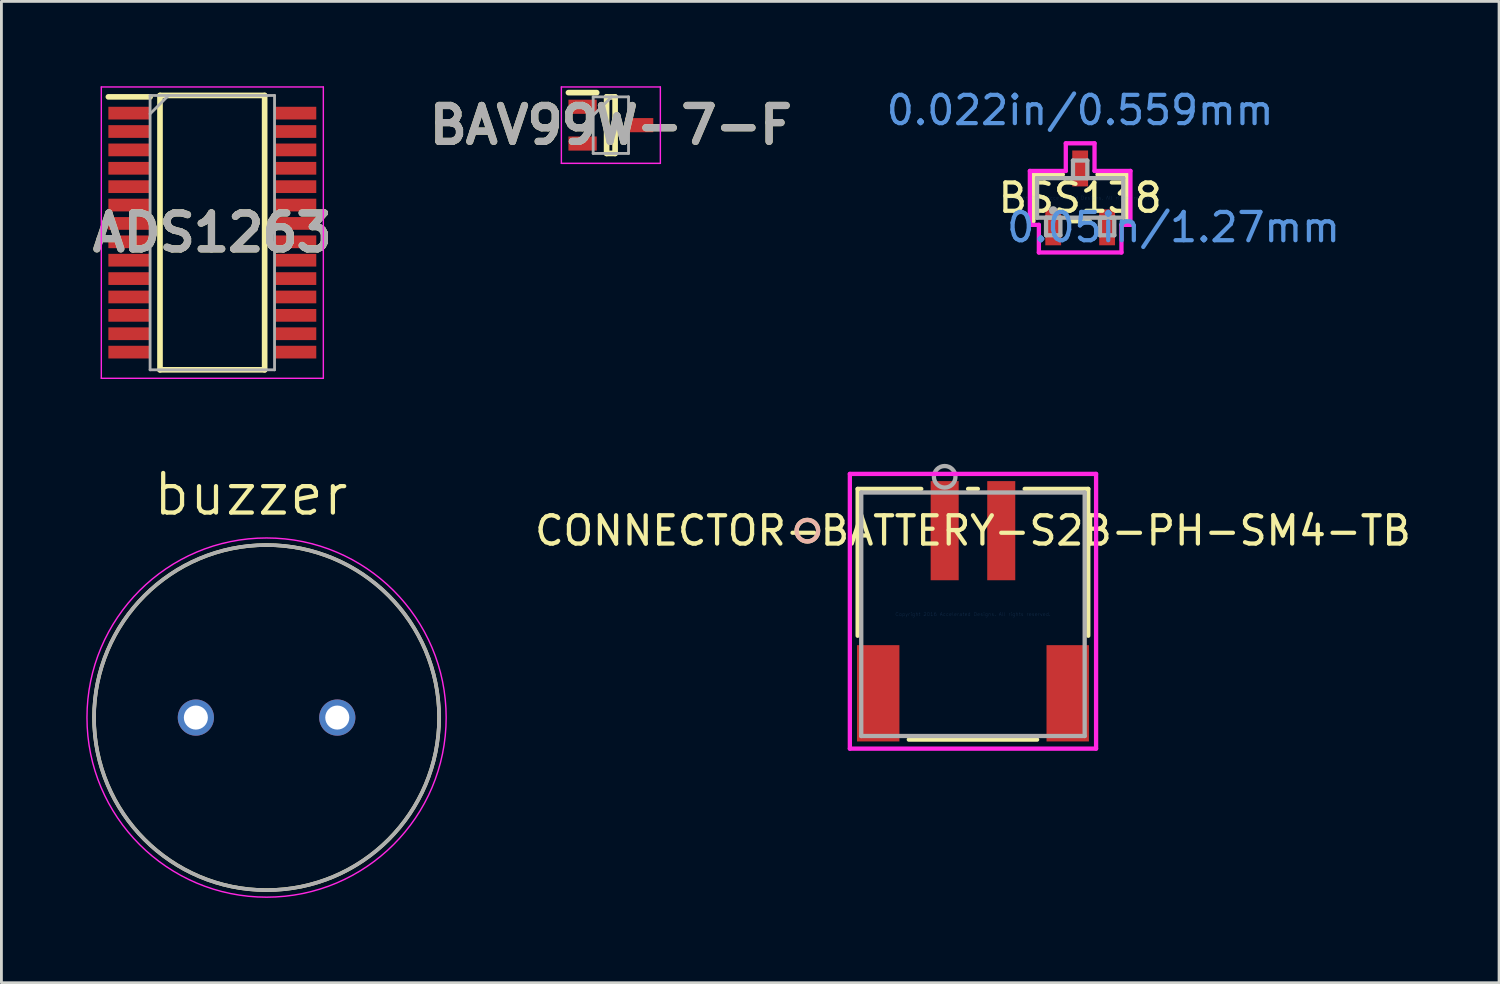
<source format=kicad_pcb>
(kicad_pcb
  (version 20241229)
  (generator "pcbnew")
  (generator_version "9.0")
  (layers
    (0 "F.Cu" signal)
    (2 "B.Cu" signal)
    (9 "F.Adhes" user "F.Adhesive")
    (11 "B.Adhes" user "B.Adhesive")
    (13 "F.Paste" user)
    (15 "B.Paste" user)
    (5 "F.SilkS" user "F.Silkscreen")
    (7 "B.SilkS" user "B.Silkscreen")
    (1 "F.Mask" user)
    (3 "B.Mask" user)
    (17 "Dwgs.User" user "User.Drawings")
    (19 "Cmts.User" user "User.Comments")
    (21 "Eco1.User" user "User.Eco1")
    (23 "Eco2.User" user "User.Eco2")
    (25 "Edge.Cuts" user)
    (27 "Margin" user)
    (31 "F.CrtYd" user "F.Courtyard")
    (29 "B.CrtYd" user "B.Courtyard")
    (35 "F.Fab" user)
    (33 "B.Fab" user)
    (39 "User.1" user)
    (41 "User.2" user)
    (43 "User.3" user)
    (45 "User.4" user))
  (footprint "BAV99W-7-F"
    (layer "F.Cu")
    (at 18.548 1.375)
    (property "Reference" "BAV99W-7-F" (at 0 0 0) (layer "F.SilkS") (effects (font (size 1.27 1.27) (thickness 0.254))))
    (attr smd)
    (fp_line (start -1.5 -1.15) (end -0.5 -1.15) (stroke (width 0.2) (type solid)) (layer "F.SilkS"))
    (fp_line (start -0.15 -1) (end 0.15 -1) (stroke (width 0.2) (type solid)) (layer "F.SilkS"))
    (fp_line (start -0.15 1) (end -0.15 -1) (stroke (width 0.2) (type solid)) (layer "F.SilkS"))
    (fp_line (start 0.15 -1) (end 0.15 1) (stroke (width 0.2) (type solid)) (layer "F.SilkS"))
    (fp_line (start 0.15 1) (end -0.15 1) (stroke (width 0.2) (type solid)) (layer "F.SilkS"))
    (fp_line (start -1.75 -1.35) (end 1.75 -1.35) (stroke (width 0.05) (type solid)) (layer "F.CrtYd"))
    (fp_line (start -1.75 1.35) (end -1.75 -1.35) (stroke (width 0.05) (type solid)) (layer "F.CrtYd"))
    (fp_line (start 1.75 -1.35) (end 1.75 1.35) (stroke (width 0.05) (type solid)) (layer "F.CrtYd"))
    (fp_line (start 1.75 1.35) (end -1.75 1.35) (stroke (width 0.05) (type solid)) (layer "F.CrtYd"))
    (fp_line (start -0.625 -1) (end 0.625 -1) (stroke (width 0.1) (type solid)) (layer "F.Fab"))
    (fp_line (start -0.625 -0.35) (end 0.025 -1) (stroke (width 0.1) (type solid)) (layer "F.Fab"))
    (fp_line (start -0.625 1) (end -0.625 -1) (stroke (width 0.1) (type solid)) (layer "F.Fab"))
    (fp_line (start 0.625 -1) (end 0.625 1) (stroke (width 0.1) (type solid)) (layer "F.Fab"))
    (fp_line (start 0.625 1) (end -0.625 1) (stroke (width 0.1) (type solid)) (layer "F.Fab"))
    (fp_text user "${REFERENCE}" (at 0 0 0) (layer "F.Fab") (effects (font (size 1.27 1.27) (thickness 0.254))))
    (pad "1" smd rect (at -1 -0.65 90) (size 0.5 1) (layers "F.Cu" "F.Mask" "F.Paste"))
    (pad "2" smd rect (at -1 0.65 90) (size 0.5 1) (layers "F.Cu" "F.Mask" "F.Paste"))
    (pad "3" smd rect (at 1 0 90) (size 0.5 1) (layers "F.Cu" "F.Mask" "F.Paste")))
  (footprint "CONNECTOR-BATTERY-S2B-PH-SM4-TB"
    (layer "F.Cu")
    (at 31.351 18.668)
    (property "Reference" "CONNECTOR-BATTERY-S2B-PH-SM4-TB" (at 0 -2.955 0) (layer "F.SilkS") (effects (font (size 1 1) (thickness 0.15))))
    (attr through_hole)
    (fp_line (start -4.077 -4.432) (end -4.077 0.76) (stroke (width 0.152) (type solid)) (layer "F.SilkS"))
    (fp_line (start -2.268 4.432) (end 2.268 4.432) (stroke (width 0.152) (type solid)) (layer "F.SilkS"))
    (fp_line (start -1.828 -4.432) (end -4.077 -4.432) (stroke (width 0.152) (type solid)) (layer "F.SilkS"))
    (fp_line (start 0.172 -4.432) (end -0.172 -4.432) (stroke (width 0.152) (type solid)) (layer "F.SilkS"))
    (fp_line (start 4.077 -4.432) (end 1.828 -4.432) (stroke (width 0.152) (type solid)) (layer "F.SilkS"))
    (fp_line (start 4.077 0.76) (end 4.077 -4.432) (stroke (width 0.152) (type solid)) (layer "F.SilkS"))
    (fp_circle (center -5.855 -2.955) (end -5.474 -2.955) (stroke (width 0.152) (type solid)) (fill no) (layer "F.SilkS"))
    (fp_circle (center -5.855 -2.955) (end -5.474 -2.955) (stroke (width 0.152) (type solid)) (fill no) (layer "B.SilkS"))
    (fp_line (start -4.353 -4.962) (end -4.353 4.751) (stroke (width 0.152) (type solid)) (layer "F.CrtYd"))
    (fp_line (start -4.353 4.751) (end 4.353 4.751) (stroke (width 0.152) (type solid)) (layer "F.CrtYd"))
    (fp_line (start 4.353 -4.962) (end -4.353 -4.962) (stroke (width 0.152) (type solid)) (layer "F.CrtYd"))
    (fp_line (start 4.353 4.751) (end 4.353 -4.962) (stroke (width 0.152) (type solid)) (layer "F.CrtYd"))
    (fp_line (start -3.95 -4.305) (end -3.95 4.305) (stroke (width 0.152) (type solid)) (layer "F.Fab"))
    (fp_line (start -3.95 4.305) (end 3.95 4.305) (stroke (width 0.152) (type solid)) (layer "F.Fab"))
    (fp_line (start 3.95 -4.305) (end -3.95 -4.305) (stroke (width 0.152) (type solid)) (layer "F.Fab"))
    (fp_line (start 3.95 4.305) (end 3.95 -4.305) (stroke (width 0.152) (type solid)) (layer "F.Fab"))
    (fp_circle (center -1 -4.86) (end -0.619 -4.86) (stroke (width 0.152) (type solid)) (fill no) (layer "F.Fab"))
    (fp_text user "Copyright 2016 Accelerated Designs. All rights reserved." (at 0 0 0) (layer "Cmts.User") (effects (font (size 0.127 0.127) (thickness 0.002))))
    (pad "1" smd rect (at -1 -2.955) (size 0.991 3.505) (layers "F.Cu" "F.Mask" "F.Paste"))
    (pad "2" smd rect (at 1 -2.955) (size 0.991 3.505) (layers "F.Cu" "F.Mask" "F.Paste"))
    (pad "3" smd rect (at -3.35 2.795) (size 1.499 3.404) (layers "F.Cu" "F.Mask" "F.Paste"))
    (pad "4" smd rect (at 3.35 2.795) (size 1.499 3.404) (layers "F.Cu" "F.Mask" "F.Paste")))
  (footprint "buzzer"
    (layer "F.Cu")
    (at 6.375 22.321)
    (property "Reference" "buzzer" (at -0.555 -7.889 0) (layer "F.SilkS") (effects (font (size 1.4 1.4) (thickness 0.15))))
    (attr through_hole)
    (fp_circle (center 0 0) (end 6.1 0) (stroke (width 0.127) (type solid)) (fill no) (layer "F.SilkS"))
    (fp_circle (center 0 0) (end 6.35 0) (stroke (width 0.05) (type solid)) (fill no) (layer "F.CrtYd"))
    (fp_circle (center 0 0) (end 6.1 0) (stroke (width 0.127) (type solid)) (fill no) (layer "F.Fab"))
    (pad "1" thru_hole circle (at -2.5 0) (size 1.28 1.28) (drill 0.85) (layers "*.Cu" "*.Mask"))
    (pad "2" thru_hole circle (at 2.5 0) (size 1.28 1.28) (drill 0.85) (layers "*.Cu" "*.Mask")))
  (footprint "ADS1263"
    (layer "F.Cu")
    (at 4.457 5.175)
    (property "Reference" "ADS1263" (at 0 0 0) (layer "F.SilkS") (effects (font (size 1.27 1.27) (thickness 0.254))))
    (attr smd)
    (fp_line (start -3.675 -4.8) (end -2.2 -4.8) (stroke (width 0.2) (type solid)) (layer "F.SilkS"))
    (fp_line (start -1.85 -4.85) (end 1.85 -4.85) (stroke (width 0.2) (type solid)) (layer "F.SilkS"))
    (fp_line (start -1.85 4.85) (end -1.85 -4.85) (stroke (width 0.2) (type solid)) (layer "F.SilkS"))
    (fp_line (start 1.85 -4.85) (end 1.85 4.85) (stroke (width 0.2) (type solid)) (layer "F.SilkS"))
    (fp_line (start 1.85 4.85) (end -1.85 4.85) (stroke (width 0.2) (type solid)) (layer "F.SilkS"))
    (fp_line (start -3.925 -5.15) (end 3.925 -5.15) (stroke (width 0.05) (type solid)) (layer "F.CrtYd"))
    (fp_line (start -3.925 5.15) (end -3.925 -5.15) (stroke (width 0.05) (type solid)) (layer "F.CrtYd"))
    (fp_line (start 3.925 -5.15) (end 3.925 5.15) (stroke (width 0.05) (type solid)) (layer "F.CrtYd"))
    (fp_line (start 3.925 5.15) (end -3.925 5.15) (stroke (width 0.05) (type solid)) (layer "F.CrtYd"))
    (fp_line (start -2.2 -4.85) (end 2.2 -4.85) (stroke (width 0.1) (type solid)) (layer "F.Fab"))
    (fp_line (start -2.2 -4.2) (end -1.55 -4.85) (stroke (width 0.1) (type solid)) (layer "F.Fab"))
    (fp_line (start -2.2 4.85) (end -2.2 -4.85) (stroke (width 0.1) (type solid)) (layer "F.Fab"))
    (fp_line (start 2.2 -4.85) (end 2.2 4.85) (stroke (width 0.1) (type solid)) (layer "F.Fab"))
    (fp_line (start 2.2 4.85) (end -2.2 4.85) (stroke (width 0.1) (type solid)) (layer "F.Fab"))
    (fp_text user "${REFERENCE}" (at 0 0 0) (layer "F.Fab") (effects (font (size 1.27 1.27) (thickness 0.254))))
    (pad "1" smd rect (at -2.938 -4.225 90) (size 0.45 1.475) (layers "F.Cu" "F.Mask" "F.Paste"))
    (pad "2" smd rect (at -2.938 -3.575 90) (size 0.45 1.475) (layers "F.Cu" "F.Mask" "F.Paste"))
    (pad "3" smd rect (at -2.938 -2.925 90) (size 0.45 1.475) (layers "F.Cu" "F.Mask" "F.Paste"))
    (pad "4" smd rect (at -2.938 -2.275 90) (size 0.45 1.475) (layers "F.Cu" "F.Mask" "F.Paste"))
    (pad "5" smd rect (at -2.938 -1.625 90) (size 0.45 1.475) (layers "F.Cu" "F.Mask" "F.Paste"))
    (pad "6" smd rect (at -2.938 -0.975 90) (size 0.45 1.475) (layers "F.Cu" "F.Mask" "F.Paste"))
    (pad "7" smd rect (at -2.938 -0.325 90) (size 0.45 1.475) (layers "F.Cu" "F.Mask" "F.Paste"))
    (pad "8" smd rect (at -2.938 0.325 90) (size 0.45 1.475) (layers "F.Cu" "F.Mask" "F.Paste"))
    (pad "9" smd rect (at -2.938 0.975 90) (size 0.45 1.475) (layers "F.Cu" "F.Mask" "F.Paste"))
    (pad "10" smd rect (at -2.938 1.625 90) (size 0.45 1.475) (layers "F.Cu" "F.Mask" "F.Paste"))
    (pad "11" smd rect (at -2.938 2.275 90) (size 0.45 1.475) (layers "F.Cu" "F.Mask" "F.Paste"))
    (pad "12" smd rect (at -2.938 2.925 90) (size 0.45 1.475) (layers "F.Cu" "F.Mask" "F.Paste"))
    (pad "13" smd rect (at -2.938 3.575 90) (size 0.45 1.475) (layers "F.Cu" "F.Mask" "F.Paste"))
    (pad "14" smd rect (at -2.938 4.225 90) (size 0.45 1.475) (layers "F.Cu" "F.Mask" "F.Paste"))
    (pad "15" smd rect (at 2.938 4.225 90) (size 0.45 1.475) (layers "F.Cu" "F.Mask" "F.Paste"))
    (pad "16" smd rect (at 2.938 3.575 90) (size 0.45 1.475) (layers "F.Cu" "F.Mask" "F.Paste"))
    (pad "17" smd rect (at 2.938 2.925 90) (size 0.45 1.475) (layers "F.Cu" "F.Mask" "F.Paste"))
    (pad "18" smd rect (at 2.938 2.275 90) (size 0.45 1.475) (layers "F.Cu" "F.Mask" "F.Paste"))
    (pad "19" smd rect (at 2.938 1.625 90) (size 0.45 1.475) (layers "F.Cu" "F.Mask" "F.Paste"))
    (pad "20" smd rect (at 2.938 0.975 90) (size 0.45 1.475) (layers "F.Cu" "F.Mask" "F.Paste"))
    (pad "21" smd rect (at 2.938 0.325 90) (size 0.45 1.475) (layers "F.Cu" "F.Mask" "F.Paste"))
    (pad "22" smd rect (at 2.938 -0.325 90) (size 0.45 1.475) (layers "F.Cu" "F.Mask" "F.Paste"))
    (pad "23" smd rect (at 2.938 -0.975 90) (size 0.45 1.475) (layers "F.Cu" "F.Mask" "F.Paste"))
    (pad "24" smd rect (at 2.938 -1.625 90) (size 0.45 1.475) (layers "F.Cu" "F.Mask" "F.Paste"))
    (pad "25" smd rect (at 2.938 -2.275 90) (size 0.45 1.475) (layers "F.Cu" "F.Mask" "F.Paste"))
    (pad "26" smd rect (at 2.938 -2.925 90) (size 0.45 1.475) (layers "F.Cu" "F.Mask" "F.Paste"))
    (pad "27" smd rect (at 2.938 -3.575 90) (size 0.45 1.475) (layers "F.Cu" "F.Mask" "F.Paste"))
    (pad "28" smd rect (at 2.938 -4.225 90) (size 0.45 1.475) (layers "F.Cu" "F.Mask" "F.Paste")))
  (footprint "BSS138"
    (layer "F.Cu")
    (at 35.141 3.947)
    (property "Reference" "BSS138" (at 0 0 0) (layer "F.SilkS") (effects (font (size 1 1) (thickness 0.15))))
    (attr through_hole)
    (fp_line (start -1.651 -0.826) (end -1.651 0.826) (stroke (width 0.152) (type solid)) (layer "F.SilkS"))
    (fp_line (start -0.612 -0.826) (end -1.651 -0.826) (stroke (width 0.152) (type solid)) (layer "F.SilkS"))
    (fp_line (start -0.34 0.826) (end 0.34 0.826) (stroke (width 0.152) (type solid)) (layer "F.SilkS"))
    (fp_line (start 1.651 -0.826) (end 0.612 -0.826) (stroke (width 0.152) (type solid)) (layer "F.SilkS"))
    (fp_line (start 1.651 0.826) (end 1.651 -0.826) (stroke (width 0.152) (type solid)) (layer "F.SilkS"))
    (fp_line (start -1.778 -0.953) (end -0.508 -0.953) (stroke (width 0.152) (type solid)) (layer "F.CrtYd"))
    (fp_line (start -1.778 0.953) (end -1.778 -0.953) (stroke (width 0.152) (type solid)) (layer "F.CrtYd"))
    (fp_line (start -1.778 0.953) (end -1.46 0.953) (stroke (width 0.152) (type solid)) (layer "F.CrtYd"))
    (fp_line (start -1.46 0.953) (end -1.46 1.93) (stroke (width 0.152) (type solid)) (layer "F.CrtYd"))
    (fp_line (start -1.46 1.93) (end 1.46 1.93) (stroke (width 0.152) (type solid)) (layer "F.CrtYd"))
    (fp_line (start -0.508 -1.93) (end 0.508 -1.93) (stroke (width 0.152) (type solid)) (layer "F.CrtYd"))
    (fp_line (start -0.508 -0.953) (end -0.508 -1.93) (stroke (width 0.152) (type solid)) (layer "F.CrtYd"))
    (fp_line (start 0.508 -0.953) (end 0.508 -1.93) (stroke (width 0.152) (type solid)) (layer "F.CrtYd"))
    (fp_line (start 1.46 0.953) (end 1.46 1.93) (stroke (width 0.152) (type solid)) (layer "F.CrtYd"))
    (fp_line (start 1.778 -0.953) (end 0.508 -0.953) (stroke (width 0.152) (type solid)) (layer "F.CrtYd"))
    (fp_line (start 1.778 -0.953) (end 1.778 0.953) (stroke (width 0.152) (type solid)) (layer "F.CrtYd"))
    (fp_line (start 1.778 0.953) (end 1.46 0.953) (stroke (width 0.152) (type solid)) (layer "F.CrtYd"))
    (fp_line (start -1.524 -0.699) (end -1.524 0.699) (stroke (width 0.152) (type solid)) (layer "F.Fab"))
    (fp_line (start -1.524 0.699) (end 1.524 0.699) (stroke (width 0.152) (type solid)) (layer "F.Fab"))
    (fp_line (start -1.206 0.699) (end -1.206 1.321) (stroke (width 0.152) (type solid)) (layer "F.Fab"))
    (fp_line (start -1.206 1.321) (end -0.699 1.321) (stroke (width 0.152) (type solid)) (layer "F.Fab"))
    (fp_line (start -0.699 0.699) (end -1.206 0.699) (stroke (width 0.152) (type solid)) (layer "F.Fab"))
    (fp_line (start -0.699 1.321) (end -0.699 0.699) (stroke (width 0.152) (type solid)) (layer "F.Fab"))
    (fp_line (start -0.254 -1.321) (end -0.254 -0.699) (stroke (width 0.152) (type solid)) (layer "F.Fab"))
    (fp_line (start -0.254 -0.699) (end 0.254 -0.699) (stroke (width 0.152) (type solid)) (layer "F.Fab"))
    (fp_line (start 0.254 -1.321) (end -0.254 -1.321) (stroke (width 0.152) (type solid)) (layer "F.Fab"))
    (fp_line (start 0.254 -0.699) (end 0.254 -1.321) (stroke (width 0.152) (type solid)) (layer "F.Fab"))
    (fp_line (start 0.699 0.699) (end 0.699 1.321) (stroke (width 0.152) (type solid)) (layer "F.Fab"))
    (fp_line (start 0.699 1.321) (end 1.206 1.321) (stroke (width 0.152) (type solid)) (layer "F.Fab"))
    (fp_line (start 1.206 0.699) (end 0.699 0.699) (stroke (width 0.152) (type solid)) (layer "F.Fab"))
    (fp_line (start 1.206 1.321) (end 1.206 0.699) (stroke (width 0.152) (type solid)) (layer "F.Fab"))
    (fp_line (start 1.524 -0.699) (end -1.524 -0.699) (stroke (width 0.152) (type solid)) (layer "F.Fab"))
    (fp_line (start 1.524 0.699) (end 1.524 -0.699) (stroke (width 0.152) (type solid)) (layer "F.Fab"))
    (fp_circle (center -0.953 0.445) (end -0.953 0.445) (stroke (width 0.152) (type solid)) (fill no) (layer "F.Fab"))
    (fp_text user "Copyright 2016 Accelerated Designs. All rights reserved." (at 0 0 0) (layer "Cmts.User") (effects (font (size 0.127 0.127) (thickness 0.002))))
    (fp_text user "0.05in/1.27mm" (at 3.302 1.041 0) (layer "Cmts.User") (effects (font (size 1 1) (thickness 0.15))))
    (fp_text user "0.022in/0.559mm" (at 0 -3.099 0) (layer "Cmts.User") (effects (font (size 1 1) (thickness 0.15))))
    (pad "1" smd rect (at -0.953 1.041) (size 0.559 1.27) (layers "F.Cu" "F.Mask" "F.Paste"))
    (pad "2" smd rect (at 0.953 1.041) (size 0.559 1.27) (layers "F.Cu" "F.Mask" "F.Paste"))
    (pad "3" smd rect (at 0 -1.041) (size 0.559 1.27) (layers "F.Cu" "F.Mask" "F.Paste")))
  (gr_rect
    (start -3 -3)
    (end 49.952 31.696)
    (stroke (width 0.1) (type default))
    (fill no)
    (layer "Edge.Cuts")))
</source>
